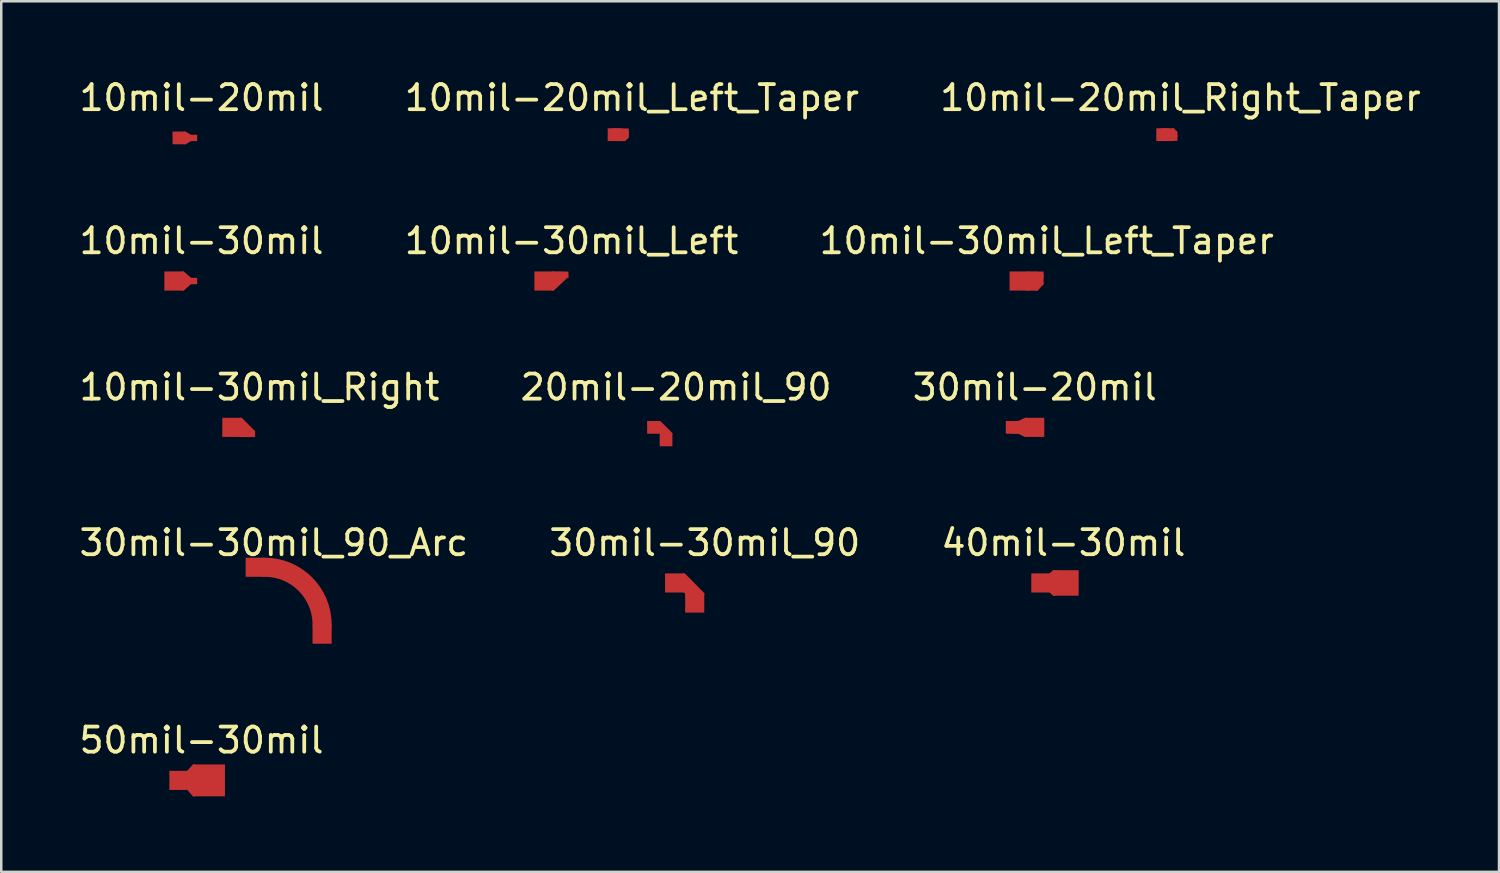
<source format=kicad_pcb>
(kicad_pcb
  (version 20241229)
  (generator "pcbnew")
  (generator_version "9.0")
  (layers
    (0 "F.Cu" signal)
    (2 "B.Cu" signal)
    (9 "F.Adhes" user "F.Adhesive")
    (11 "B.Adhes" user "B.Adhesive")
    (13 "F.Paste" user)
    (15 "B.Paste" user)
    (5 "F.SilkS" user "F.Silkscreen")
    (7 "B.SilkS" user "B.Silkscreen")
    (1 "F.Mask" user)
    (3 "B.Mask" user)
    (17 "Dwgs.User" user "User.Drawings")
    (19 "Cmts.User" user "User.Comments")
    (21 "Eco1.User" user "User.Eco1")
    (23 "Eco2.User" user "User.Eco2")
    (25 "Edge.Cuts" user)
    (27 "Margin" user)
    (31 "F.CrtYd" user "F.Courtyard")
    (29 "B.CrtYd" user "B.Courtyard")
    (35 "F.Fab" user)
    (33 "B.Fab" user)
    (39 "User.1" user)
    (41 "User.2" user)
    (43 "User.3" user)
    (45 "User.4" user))
  (footprint "50mil-30mil"
    (layer "F.Cu")
    (at 4.482 28.057)
    (property "Reference" "50mil-30mil" (at 0.5 -1.6 0) (layer "F.SilkS") (effects (font (size 1 1) (thickness 0.15))))
    (attr through_hole)
    (fp_line (start -0.34 0) (end 0.58 0) (stroke (width 0.5) (type solid)) (layer "F.Cu"))
    (fp_line (start -0.16 -0.17) (end 0.2 -0.57) (stroke (width 0.15) (type solid)) (layer "F.Cu"))
    (fp_line (start 0.18 -0.24) (end 0.31 -0.34) (stroke (width 0.5) (type solid)) (layer "F.Cu"))
    (fp_line (start 0.2 0.57) (end -0.14 0.18) (stroke (width 0.15) (type solid)) (layer "F.Cu"))
    (fp_line (start 0.36 0.34) (end 0.16 0.17) (stroke (width 0.5) (type solid)) (layer "F.Cu"))
    (pad "1" smd rect (at -0.4 0 90) (size 0.762 0.762) (layers "F.Cu"))
    (pad "2" smd rect (at 0.8 0 90) (size 1.27 1.27) (layers "F.Cu")))
  (footprint "10mil-30mil"
    (layer "F.Cu")
    (at 4.482 8.152)
    (property "Reference" "10mil-30mil" (at 0.5 -1.6 0) (layer "F.SilkS") (effects (font (size 1 1) (thickness 0.15))))
    (attr through_hole)
    (fp_line (start -0.34 0) (end 0.01 0) (stroke (width 0.254) (type solid)) (layer "F.Cu"))
    (fp_line (start -0.24 -0.31) (end 0.06 -0.05) (stroke (width 0.15) (type solid)) (layer "F.Cu"))
    (fp_line (start -0.21 0.17) (end -0.21 -0.15) (stroke (width 0.254) (type solid)) (layer "F.Cu"))
    (fp_line (start 0.04 0.06) (end -0.24 0.31) (stroke (width 0.15) (type solid)) (layer "F.Cu"))
    (pad "1" smd rect (at -0.6 0 90) (size 0.762 0.762) (layers "F.Cu"))
    (pad "2" smd rect (at 0.2 0 90) (size 0.254 0.254) (layers "F.Cu")))
  (footprint "20mil-20mil_90"
    (layer "F.Cu")
    (at 23.399 13.985)
    (property "Reference" "20mil-20mil_90" (at 0.5 -1.6 0) (layer "F.SilkS") (effects (font (size 1 1) (thickness 0.15))))
    (attr through_hole)
    (fp_line (start -0.23 -0.01) (end 0.08 0.31) (stroke (width 0.254) (type solid)) (layer "F.Cu"))
    (fp_line (start -0.16 -0.18) (end 0.28 0.26) (stroke (width 0.15) (type solid)) (layer "F.Cu"))
    (pad "1" smd rect (at -0.4 0 90) (size 0.508 0.508) (layers "F.Cu"))
    (pad "2" smd rect (at 0.1 0.5 90) (size 0.508 0.508) (layers "F.Cu")))
  (footprint "10mil-30mil_Right"
    (layer "F.Cu")
    (at 6.792 13.985)
    (property "Reference" "10mil-30mil_Right" (at 0.5 -1.6 0) (layer "F.SilkS") (effects (font (size 1 1) (thickness 0.15))))
    (attr through_hole)
    (fp_line (start -0.36 0.24) (end -0.36 -0.11) (stroke (width 0.15) (type solid)) (layer "F.Cu"))
    (fp_line (start -0.28 -0.08) (end -0.16 -0.08) (stroke (width 0.254) (type solid)) (layer "F.Cu"))
    (fp_line (start -0.26 0.04) (end 0.01 0.06) (stroke (width 0.254) (type solid)) (layer "F.Cu"))
    (fp_line (start -0.24 -0.31) (end 0.25 0.18) (stroke (width 0.15) (type solid)) (layer "F.Cu"))
    (fp_line (start 0.11 0.26) (end -0.26 0.26) (stroke (width 0.254) (type solid)) (layer "F.Cu"))
    (pad "1" smd rect (at -0.6 0 90) (size 0.762 0.762) (layers "F.Cu"))
    (pad "2" smd rect (at 0.2 0.26 90) (size 0.254 0.254) (layers "F.Cu")))
  (footprint "30mil-30mil_90_Arc"
    (layer "F.Cu")
    (at 7.503 21.847)
    (property "Reference" "30mil-30mil_90_Arc" (at 0.36 -3.26 0) (layer "F.SilkS") (effects (font (size 1 1) (thickness 0.15))))
    (attr through_hole)
    (fp_arc (start 0 -2.286) (mid 1.616446 -1.616446) (end 2.286 0) (stroke (width 0.762) (type solid)) (layer "F.Cu"))
    (pad "1" smd rect (at -0.381 -2.286 90) (size 0.762 0.762) (layers "F.Cu"))
    (pad "2" smd rect (at 2.286 0.381 90) (size 0.762 0.762) (layers "F.Cu")))
  (footprint "10mil-30mil_Left_Taper"
    (layer "F.Cu")
    (at 38.173 8.152)
    (property "Reference" "10mil-30mil_Left_Taper" (at 0.5 -1.6 0) (layer "F.SilkS") (effects (font (size 1 1) (thickness 0.15))))
    (attr through_hole)
    (fp_line (start -0.24 -0.31) (end 0.11 -0.31) (stroke (width 0.15) (type solid)) (layer "F.Cu"))
    (fp_line (start -0.21 0.17) (end -0.21 -0.2) (stroke (width 0.254) (type solid)) (layer "F.Cu"))
    (fp_line (start -0.04 -0.21) (end -0.04 0.16) (stroke (width 0.254) (type solid)) (layer "F.Cu"))
    (fp_line (start 0.1 0.31) (end -0.27 0.31) (stroke (width 0.15) (type solid)) (layer "F.Cu"))
    (fp_line (start 0.12 -0.23) (end 0.12 0.13) (stroke (width 0.254) (type solid)) (layer "F.Cu"))
    (fp_line (start 0.3 -0.22) (end 0.3 0.1) (stroke (width 0.15) (type solid)) (layer "F.Cu"))
    (fp_line (start 0.3 0.1) (end 0.1 0.31) (stroke (width 0.15) (type solid)) (layer "F.Cu"))
    (pad "1" smd rect (at -0.6 0 90) (size 0.762 0.762) (layers "F.Cu"))
    (pad "2" smd rect (at 0.25 -0.25 90) (size 0.254 0.254) (layers "F.Cu")))
  (footprint "10mil-20mil_Left_Taper"
    (layer "F.Cu")
    (at 21.637 2.448)
    (property "Reference" "10mil-20mil_Left_Taper" (at 0.5 -1.6 0) (layer "F.SilkS") (effects (font (size 1 1) (thickness 0.15))))
    (attr through_hole)
    (fp_line (start -0.24 -0.31) (end 0.11 -0.31) (stroke (width 0.15) (type solid)) (layer "F.Cu"))
    (fp_line (start -0.04 -0.21) (end -0.04 -0.01) (stroke (width 0.254) (type solid)) (layer "F.Cu"))
    (fp_line (start 0.12 -0.23) (end 0.12 -0.01) (stroke (width 0.254) (type solid)) (layer "F.Cu"))
    (fp_line (start 0.2 0.05) (end -0.17 0.05) (stroke (width 0.15) (type solid)) (layer "F.Cu"))
    (fp_line (start 0.3 -0.22) (end 0.3 -0.05) (stroke (width 0.15) (type solid)) (layer "F.Cu"))
    (fp_line (start 0.3 -0.05) (end 0.2 0.05) (stroke (width 0.15) (type solid)) (layer "F.Cu"))
    (pad "1" smd rect (at -0.21 -0.13 90) (size 0.508 0.508) (layers "F.Cu"))
    (pad "2" smd rect (at 0.25 -0.25 90) (size 0.254 0.254) (layers "F.Cu")))
  (footprint "10mil-20mil_Right_Taper"
    (layer "F.Cu")
    (at 43.506 2.448)
    (property "Reference" "10mil-20mil_Right_Taper" (at 0.5 -1.6 0) (layer "F.SilkS") (effects (font (size 1 1) (thickness 0.15))))
    (attr through_hole)
    (fp_line (start -0.24 -0.31) (end 0.2 -0.31) (stroke (width 0.15) (type solid)) (layer "F.Cu"))
    (fp_line (start -0.04 -0.21) (end -0.04 -0.01) (stroke (width 0.254) (type solid)) (layer "F.Cu"))
    (fp_line (start 0.12 -0.23) (end 0.12 -0.01) (stroke (width 0.254) (type solid)) (layer "F.Cu"))
    (fp_line (start 0.2 -0.31) (end 0.3 -0.21) (stroke (width 0.15) (type solid)) (layer "F.Cu"))
    (fp_line (start 0.2 0.05) (end -0.17 0.05) (stroke (width 0.15) (type solid)) (layer "F.Cu"))
    (fp_line (start 0.3 -0.21) (end 0.3 -0.05) (stroke (width 0.15) (type solid)) (layer "F.Cu"))
    (pad "1" smd rect (at -0.21 -0.13 90) (size 0.508 0.508) (layers "F.Cu"))
    (pad "2" smd rect (at 0.25 -0.01 90) (size 0.254 0.254) (layers "F.Cu")))
  (footprint "10mil-20mil"
    (layer "F.Cu")
    (at 4.482 2.448)
    (property "Reference" "10mil-20mil" (at 0.5 -1.6 0) (layer "F.SilkS") (effects (font (size 1 1) (thickness 0.15))))
    (attr through_hole)
    (fp_line (start -0.34 0) (end 0.01 0) (stroke (width 0.254) (type solid)) (layer "F.Cu"))
    (fp_line (start -0.16 -0.18) (end 0.06 -0.05) (stroke (width 0.15) (type solid)) (layer "F.Cu"))
    (fp_line (start 0.04 0.06) (end -0.15 0.18) (stroke (width 0.15) (type solid)) (layer "F.Cu"))
    (pad "1" smd rect (at -0.4 0 90) (size 0.508 0.508) (layers "F.Cu"))
    (pad "2" smd rect (at 0.2 0 90) (size 0.254 0.254) (layers "F.Cu")))
  (footprint "10mil-30mil_Left"
    (layer "F.Cu")
    (at 19.232 8.152)
    (property "Reference" "10mil-30mil_Left" (at 0.5 -1.6 0) (layer "F.SilkS") (effects (font (size 1 1) (thickness 0.15))))
    (attr through_hole)
    (fp_line (start -0.24 -0.31) (end 0.11 -0.31) (stroke (width 0.15) (type solid)) (layer "F.Cu"))
    (fp_line (start -0.21 0.17) (end -0.21 -0.2) (stroke (width 0.254) (type solid)) (layer "F.Cu"))
    (fp_line (start -0.04 -0.21) (end -0.04 0) (stroke (width 0.254) (type solid)) (layer "F.Cu"))
    (fp_line (start 0.08 -0.23) (end 0.08 -0.11) (stroke (width 0.254) (type solid)) (layer "F.Cu"))
    (fp_line (start 0.3 -0.2) (end -0.24 0.31) (stroke (width 0.15) (type solid)) (layer "F.Cu"))
    (pad "1" smd rect (at -0.6 0 90) (size 0.762 0.762) (layers "F.Cu"))
    (pad "2" smd rect (at 0.25 -0.25 90) (size 0.254 0.254) (layers "F.Cu")))
  (footprint "40mil-30mil"
    (layer "F.Cu")
    (at 38.839 20.187)
    (property "Reference" "40mil-30mil" (at 0.5 -1.6 0) (layer "F.SilkS") (effects (font (size 1 1) (thickness 0.15))))
    (attr through_hole)
    (fp_line (start -0.34 0) (end 0.58 0) (stroke (width 0.5) (type solid)) (layer "F.Cu"))
    (fp_line (start -0.16 -0.17) (end 0.12 -0.44) (stroke (width 0.15) (type solid)) (layer "F.Cu"))
    (fp_line (start 0.12 0.44) (end -0.14 0.18) (stroke (width 0.15) (type solid)) (layer "F.Cu"))
    (fp_line (start 0.18 -0.24) (end 0.33 -0.24) (stroke (width 0.5) (type solid)) (layer "F.Cu"))
    (fp_line (start 0.4 0.17) (end 0.16 0.17) (stroke (width 0.5) (type solid)) (layer "F.Cu"))
    (pad "1" smd rect (at -0.4 0 90) (size 0.762 0.762) (layers "F.Cu"))
    (pad "2" smd rect (at 0.6 0 90) (size 1.016 1.016) (layers "F.Cu")))
  (footprint "30mil-30mil_90"
    (layer "F.Cu")
    (at 24.542 20.187)
    (property "Reference" "30mil-30mil_90" (at 0.5 -1.6 0) (layer "F.SilkS") (effects (font (size 1 1) (thickness 0.15))))
    (attr through_hole)
    (fp_line (start -0.44 -0.09) (end 0.07 0.43) (stroke (width 0.5) (type solid)) (layer "F.Cu"))
    (fp_line (start -0.33 -0.31) (end 0.41 0.44) (stroke (width 0.15) (type solid)) (layer "F.Cu"))
    (pad "1" smd rect (at -0.7 0 90) (size 0.762 0.762) (layers "F.Cu"))
    (pad "2" smd rect (at 0.1 0.8 90) (size 0.762 0.762) (layers "F.Cu")))
  (footprint "30mil-20mil"
    (layer "F.Cu")
    (at 37.696 13.985)
    (property "Reference" "30mil-20mil" (at 0.5 -1.6 0) (layer "F.SilkS") (effects (font (size 1 1) (thickness 0.15))))
    (attr through_hole)
    (fp_line (start -0.34 0) (end 0.35 0) (stroke (width 0.5) (type solid)) (layer "F.Cu"))
    (fp_line (start -0.16 -0.17) (end 0.14 -0.31) (stroke (width 0.15) (type solid)) (layer "F.Cu"))
    (fp_line (start 0.13 0.31) (end -0.14 0.18) (stroke (width 0.15) (type solid)) (layer "F.Cu"))
    (pad "1" smd rect (at -0.4 0 90) (size 0.508 0.508) (layers "F.Cu"))
    (pad "2" smd rect (at 0.5 0 90) (size 0.762 0.762) (layers "F.Cu")))
  (gr_rect
    (start -3 -3)
    (end 56.702 31.702)
    (stroke (width 0.1) (type default))
    (fill no)
    (layer "Edge.Cuts")))
</source>
